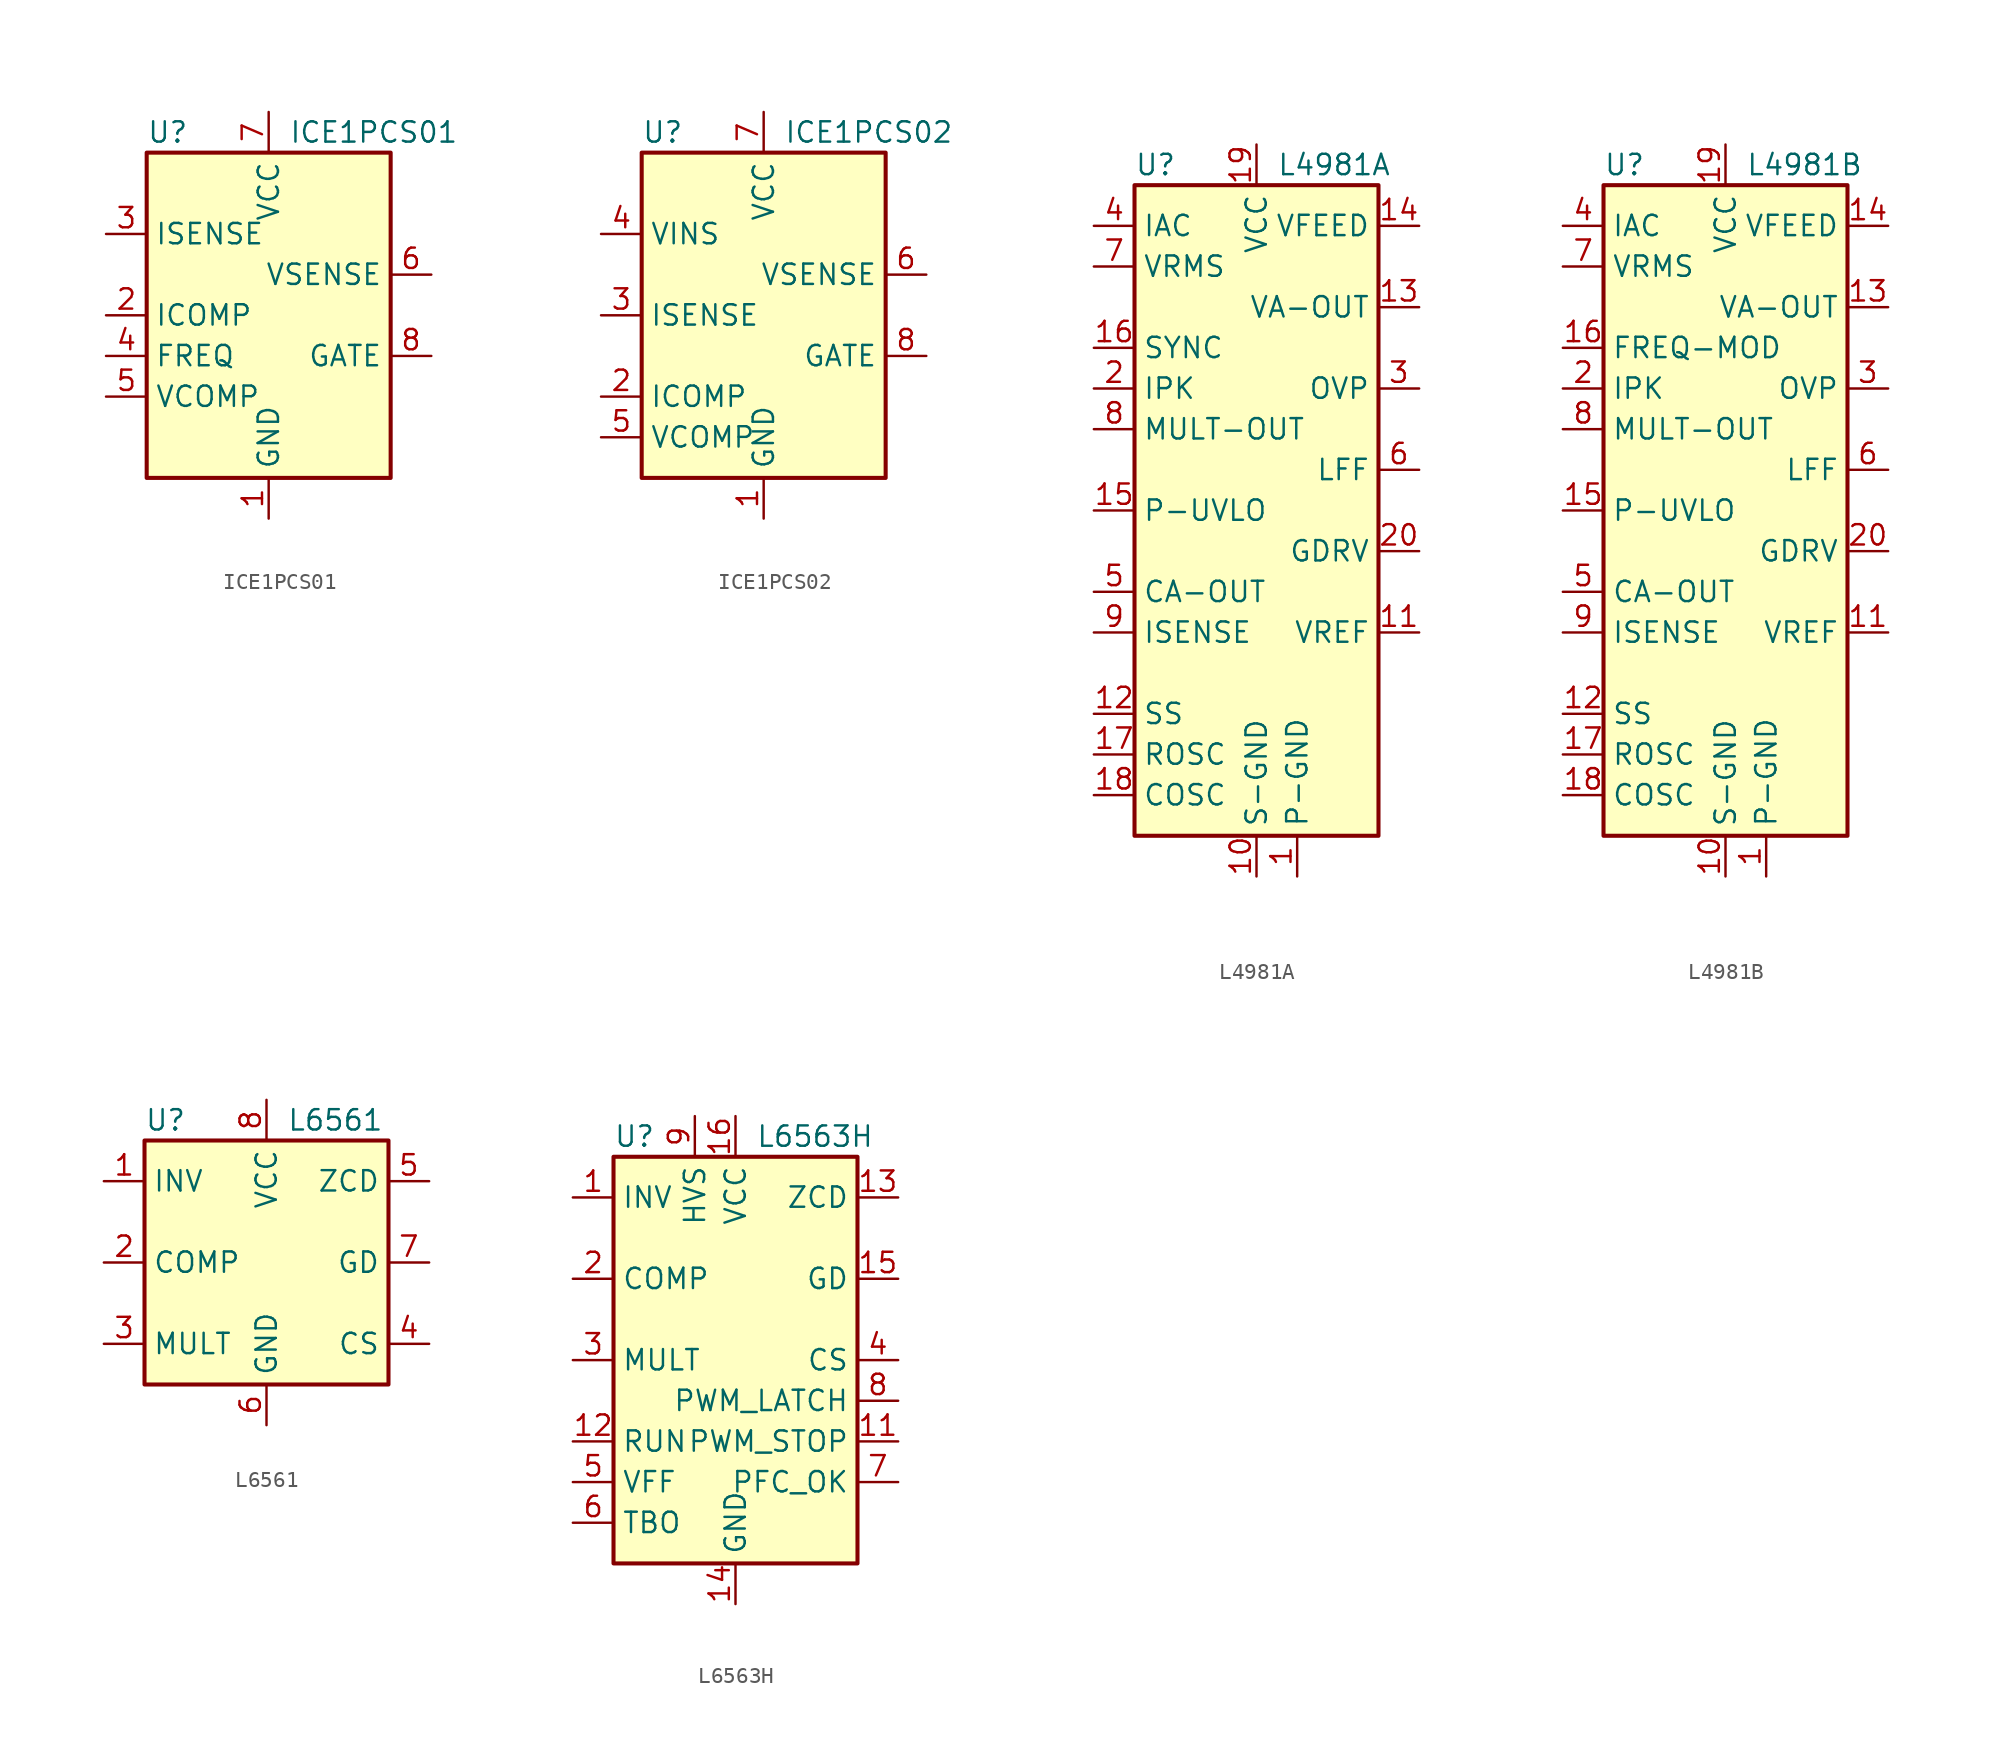
<source format=kicad_sym>
(kicad_symbol_lib
  (version 20200908)
  (generator kicad_symbol_editor)
  (symbol "Regulator_Controller:ICE1PCS01"
    (property "Reference" "U"
      (at -7.62 11.43 0)
      (effects (font (size 1.27 1.27)) (justify left)))
    (property "Value" "ICE1PCS01"
      (at 1.27 11.43 0)
      (effects (font (size 1.27 1.27)) (justify left)))
    (symbol "ICE1PCS01_0_0"
      (rectangle (start -7.62 10.16) (end 7.62 -10.16) (stroke (width 0.254)) (fill (type background))))
    (symbol "ICE1PCS01_1_1"
      (pin power_in line (at 0 -12.7 90) (length 2.54) (name "GND" (effects (font (size 1.27 1.27)))) (number "1" (effects (font (size 1.27 1.27)))))
      (pin passive line (at -10.16 0 0) (length 2.54) (name "ICOMP" (effects (font (size 1.27 1.27)))) (number "2" (effects (font (size 1.27 1.27)))))
      (pin input line (at -10.16 5.08 0) (length 2.54) (name "ISENSE" (effects (font (size 1.27 1.27)))) (number "3" (effects (font (size 1.27 1.27)))))
      (pin passive line (at -10.16 -2.54 0) (length 2.54) (name "FREQ" (effects (font (size 1.27 1.27)))) (number "4" (effects (font (size 1.27 1.27)))))
      (pin passive line (at -10.16 -5.08 0) (length 2.54) (name "VCOMP" (effects (font (size 1.27 1.27)))) (number "5" (effects (font (size 1.27 1.27)))))
      (pin input line (at 10.16 2.54 180) (length 2.54) (name "VSENSE" (effects (font (size 1.27 1.27)))) (number "6" (effects (font (size 1.27 1.27)))))
      (pin power_in line (at 0 12.7 270) (length 2.54) (name "VCC" (effects (font (size 1.27 1.27)))) (number "7" (effects (font (size 1.27 1.27)))))
      (pin output line (at 10.16 -2.54 180) (length 2.54) (name "GATE" (effects (font (size 1.27 1.27)))) (number "8" (effects (font (size 1.27 1.27)))))))
  (symbol "Regulator_Controller:ICE1PCS02"
    (property "Reference" "U"
      (at -7.62 11.43 0)
      (effects (font (size 1.27 1.27)) (justify left)))
    (property "Value" "ICE1PCS02"
      (at 1.27 11.43 0)
      (effects (font (size 1.27 1.27)) (justify left)))
    (symbol "ICE1PCS02_0_0"
      (rectangle (start -7.62 10.16) (end 7.62 -10.16) (stroke (width 0.254)) (fill (type background))))
    (symbol "ICE1PCS02_1_1"
      (pin power_in line (at 0 -12.7 90) (length 2.54) (name "GND" (effects (font (size 1.27 1.27)))) (number "1" (effects (font (size 1.27 1.27)))))
      (pin passive line (at -10.16 -5.08 0) (length 2.54) (name "ICOMP" (effects (font (size 1.27 1.27)))) (number "2" (effects (font (size 1.27 1.27)))))
      (pin input line (at -10.16 0 0) (length 2.54) (name "ISENSE" (effects (font (size 1.27 1.27)))) (number "3" (effects (font (size 1.27 1.27)))))
      (pin input line (at -10.16 5.08 0) (length 2.54) (name "VINS" (effects (font (size 1.27 1.27)))) (number "4" (effects (font (size 1.27 1.27)))))
      (pin passive line (at -10.16 -7.62 0) (length 2.54) (name "VCOMP" (effects (font (size 1.27 1.27)))) (number "5" (effects (font (size 1.27 1.27)))))
      (pin input line (at 10.16 2.54 180) (length 2.54) (name "VSENSE" (effects (font (size 1.27 1.27)))) (number "6" (effects (font (size 1.27 1.27)))))
      (pin power_in line (at 0 12.7 270) (length 2.54) (name "VCC" (effects (font (size 1.27 1.27)))) (number "7" (effects (font (size 1.27 1.27)))))
      (pin output line (at 10.16 -2.54 180) (length 2.54) (name "GATE" (effects (font (size 1.27 1.27)))) (number "8" (effects (font (size 1.27 1.27)))))))
  (symbol "Regulator_Controller:L4981A"
    (property "Reference" "U"
      (at -7.62 21.59 0)
      (effects (font (size 1.27 1.27)) (justify left)))
    (property "Value" "L4981A"
      (at 1.27 21.59 0)
      (effects (font (size 1.27 1.27)) (justify left)))
    (symbol "L4981A_0_0"
      (rectangle (start -7.62 20.32) (end 7.62 -20.32) (stroke (width 0.254)) (fill (type background))))
    (symbol "L4981A_1_1"
      (pin power_in line (at 2.54 -22.86 90) (length 2.54) (name "P-GND" (effects (font (size 1.27 1.27)))) (number "1" (effects (font (size 1.27 1.27)))))
      (pin power_in line (at 0 -22.86 90) (length 2.54) (name "S-GND" (effects (font (size 1.27 1.27)))) (number "10" (effects (font (size 1.27 1.27)))))
      (pin output line (at 10.16 -7.62 180) (length 2.54) (name "VREF" (effects (font (size 1.27 1.27)))) (number "11" (effects (font (size 1.27 1.27)))))
      (pin passive line (at -10.16 -12.7 0) (length 2.54) (name "SS" (effects (font (size 1.27 1.27)))) (number "12" (effects (font (size 1.27 1.27)))))
      (pin output line (at 10.16 12.7 180) (length 2.54) (name "VA-OUT" (effects (font (size 1.27 1.27)))) (number "13" (effects (font (size 1.27 1.27)))))
      (pin input line (at 10.16 17.78 180) (length 2.54) (name "VFEED" (effects (font (size 1.27 1.27)))) (number "14" (effects (font (size 1.27 1.27)))))
      (pin input line (at -10.16 0 0) (length 2.54) (name "P-UVLO" (effects (font (size 1.27 1.27)))) (number "15" (effects (font (size 1.27 1.27)))))
      (pin bidirectional line (at -10.16 10.16 0) (length 2.54) (name "SYNC" (effects (font (size 1.27 1.27)))) (number "16" (effects (font (size 1.27 1.27)))))
      (pin passive line (at -10.16 -15.24 0) (length 2.54) (name "ROSC" (effects (font (size 1.27 1.27)))) (number "17" (effects (font (size 1.27 1.27)))))
      (pin passive line (at -10.16 -17.78 0) (length 2.54) (name "COSC" (effects (font (size 1.27 1.27)))) (number "18" (effects (font (size 1.27 1.27)))))
      (pin power_in line (at 0 22.86 270) (length 2.54) (name "VCC" (effects (font (size 1.27 1.27)))) (number "19" (effects (font (size 1.27 1.27)))))
      (pin input line (at -10.16 7.62 0) (length 2.54) (name "IPK" (effects (font (size 1.27 1.27)))) (number "2" (effects (font (size 1.27 1.27)))))
      (pin output line (at 10.16 -2.54 180) (length 2.54) (name "GDRV" (effects (font (size 1.27 1.27)))) (number "20" (effects (font (size 1.27 1.27)))))
      (pin input line (at 10.16 7.62 180) (length 2.54) (name "OVP" (effects (font (size 1.27 1.27)))) (number "3" (effects (font (size 1.27 1.27)))))
      (pin input line (at -10.16 17.78 0) (length 2.54) (name "IAC" (effects (font (size 1.27 1.27)))) (number "4" (effects (font (size 1.27 1.27)))))
      (pin output line (at -10.16 -5.08 0) (length 2.54) (name "CA-OUT" (effects (font (size 1.27 1.27)))) (number "5" (effects (font (size 1.27 1.27)))))
      (pin input line (at 10.16 2.54 180) (length 2.54) (name "LFF" (effects (font (size 1.27 1.27)))) (number "6" (effects (font (size 1.27 1.27)))))
      (pin input line (at -10.16 15.24 0) (length 2.54) (name "VRMS" (effects (font (size 1.27 1.27)))) (number "7" (effects (font (size 1.27 1.27)))))
      (pin output line (at -10.16 5.08 0) (length 2.54) (name "MULT-OUT" (effects (font (size 1.27 1.27)))) (number "8" (effects (font (size 1.27 1.27)))))
      (pin input line (at -10.16 -7.62 0) (length 2.54) (name "ISENSE" (effects (font (size 1.27 1.27)))) (number "9" (effects (font (size 1.27 1.27)))))))
  (symbol "Regulator_Controller:L4981B"
    (property "Reference" "U"
      (at -7.62 21.59 0)
      (effects (font (size 1.27 1.27)) (justify left)))
    (property "Value" "L4981B"
      (at 1.27 21.59 0)
      (effects (font (size 1.27 1.27)) (justify left)))
    (symbol "L4981B_0_0"
      (rectangle (start -7.62 20.32) (end 7.62 -20.32) (stroke (width 0.254)) (fill (type background))))
    (symbol "L4981B_1_1"
      (pin power_in line (at 2.54 -22.86 90) (length 2.54) (name "P-GND" (effects (font (size 1.27 1.27)))) (number "1" (effects (font (size 1.27 1.27)))))
      (pin power_in line (at 0 -22.86 90) (length 2.54) (name "S-GND" (effects (font (size 1.27 1.27)))) (number "10" (effects (font (size 1.27 1.27)))))
      (pin output line (at 10.16 -7.62 180) (length 2.54) (name "VREF" (effects (font (size 1.27 1.27)))) (number "11" (effects (font (size 1.27 1.27)))))
      (pin passive line (at -10.16 -12.7 0) (length 2.54) (name "SS" (effects (font (size 1.27 1.27)))) (number "12" (effects (font (size 1.27 1.27)))))
      (pin output line (at 10.16 12.7 180) (length 2.54) (name "VA-OUT" (effects (font (size 1.27 1.27)))) (number "13" (effects (font (size 1.27 1.27)))))
      (pin input line (at 10.16 17.78 180) (length 2.54) (name "VFEED" (effects (font (size 1.27 1.27)))) (number "14" (effects (font (size 1.27 1.27)))))
      (pin input line (at -10.16 0 0) (length 2.54) (name "P-UVLO" (effects (font (size 1.27 1.27)))) (number "15" (effects (font (size 1.27 1.27)))))
      (pin input line (at -10.16 10.16 0) (length 2.54) (name "FREQ-MOD" (effects (font (size 1.27 1.27)))) (number "16" (effects (font (size 1.27 1.27)))))
      (pin passive line (at -10.16 -15.24 0) (length 2.54) (name "ROSC" (effects (font (size 1.27 1.27)))) (number "17" (effects (font (size 1.27 1.27)))))
      (pin passive line (at -10.16 -17.78 0) (length 2.54) (name "COSC" (effects (font (size 1.27 1.27)))) (number "18" (effects (font (size 1.27 1.27)))))
      (pin power_in line (at 0 22.86 270) (length 2.54) (name "VCC" (effects (font (size 1.27 1.27)))) (number "19" (effects (font (size 1.27 1.27)))))
      (pin input line (at -10.16 7.62 0) (length 2.54) (name "IPK" (effects (font (size 1.27 1.27)))) (number "2" (effects (font (size 1.27 1.27)))))
      (pin output line (at 10.16 -2.54 180) (length 2.54) (name "GDRV" (effects (font (size 1.27 1.27)))) (number "20" (effects (font (size 1.27 1.27)))))
      (pin input line (at 10.16 7.62 180) (length 2.54) (name "OVP" (effects (font (size 1.27 1.27)))) (number "3" (effects (font (size 1.27 1.27)))))
      (pin input line (at -10.16 17.78 0) (length 2.54) (name "IAC" (effects (font (size 1.27 1.27)))) (number "4" (effects (font (size 1.27 1.27)))))
      (pin output line (at -10.16 -5.08 0) (length 2.54) (name "CA-OUT" (effects (font (size 1.27 1.27)))) (number "5" (effects (font (size 1.27 1.27)))))
      (pin input line (at 10.16 2.54 180) (length 2.54) (name "LFF" (effects (font (size 1.27 1.27)))) (number "6" (effects (font (size 1.27 1.27)))))
      (pin input line (at -10.16 15.24 0) (length 2.54) (name "VRMS" (effects (font (size 1.27 1.27)))) (number "7" (effects (font (size 1.27 1.27)))))
      (pin output line (at -10.16 5.08 0) (length 2.54) (name "MULT-OUT" (effects (font (size 1.27 1.27)))) (number "8" (effects (font (size 1.27 1.27)))))
      (pin input line (at -10.16 -7.62 0) (length 2.54) (name "ISENSE" (effects (font (size 1.27 1.27)))) (number "9" (effects (font (size 1.27 1.27)))))))
  (symbol "Regulator_Controller:L6561"
    (property "Reference" "U"
      (at -7.62 8.89 0)
      (effects (font (size 1.27 1.27)) (justify left)))
    (property "Value" "L6561"
      (at 1.27 8.89 0)
      (effects (font (size 1.27 1.27)) (justify left)))
    (symbol "L6561_0_0"
      (rectangle (start -7.62 7.62) (end 7.62 -7.62) (stroke (width 0.254)) (fill (type background))))
    (symbol "L6561_1_1"
      (pin input line (at -10.16 5.08 0) (length 2.54) (name "INV" (effects (font (size 1.27 1.27)))) (number "1" (effects (font (size 1.27 1.27)))))
      (pin output line (at -10.16 0 0) (length 2.54) (name "COMP" (effects (font (size 1.27 1.27)))) (number "2" (effects (font (size 1.27 1.27)))))
      (pin input line (at -10.16 -5.08 0) (length 2.54) (name "MULT" (effects (font (size 1.27 1.27)))) (number "3" (effects (font (size 1.27 1.27)))))
      (pin input line (at 10.16 -5.08 180) (length 2.54) (name "CS" (effects (font (size 1.27 1.27)))) (number "4" (effects (font (size 1.27 1.27)))))
      (pin input line (at 10.16 5.08 180) (length 2.54) (name "ZCD" (effects (font (size 1.27 1.27)))) (number "5" (effects (font (size 1.27 1.27)))))
      (pin power_in line (at 0 -10.16 90) (length 2.54) (name "GND" (effects (font (size 1.27 1.27)))) (number "6" (effects (font (size 1.27 1.27)))))
      (pin output line (at 10.16 0 180) (length 2.54) (name "GD" (effects (font (size 1.27 1.27)))) (number "7" (effects (font (size 1.27 1.27)))))
      (pin power_in line (at 0 10.16 270) (length 2.54) (name "VCC" (effects (font (size 1.27 1.27)))) (number "8" (effects (font (size 1.27 1.27)))))))
  (symbol "Regulator_Controller:L6563H"
    (property "Reference" "U"
      (at -7.62 13.97 0)
      (effects (font (size 1.27 1.27)) (justify left)))
    (property "Value" "L6563H"
      (at 1.27 13.97 0)
      (effects (font (size 1.27 1.27)) (justify left)))
    (symbol "L6563H_0_0"
      (rectangle (start -7.62 12.7) (end 7.62 -12.7) (stroke (width 0.254)) (fill (type background))))
    (symbol "L6563H_1_1"
      (pin input line (at -10.16 10.16 0) (length 2.54) (name "INV" (effects (font (size 1.27 1.27)))) (number "1" (effects (font (size 1.27 1.27)))))
      (pin unconnected line (at -7.62 7.62 0) (length 2.54) hide (name "NC" (effects (font (size 1.27 1.27)))) (number "10" (effects (font (size 1.27 1.27)))))
      (pin output line (at 10.16 -5.08 180) (length 2.54) (name "PWM_STOP" (effects (font (size 1.27 1.27)))) (number "11" (effects (font (size 1.27 1.27)))))
      (pin input line (at -10.16 -5.08 0) (length 2.54) (name "RUN" (effects (font (size 1.27 1.27)))) (number "12" (effects (font (size 1.27 1.27)))))
      (pin input line (at 10.16 10.16 180) (length 2.54) (name "ZCD" (effects (font (size 1.27 1.27)))) (number "13" (effects (font (size 1.27 1.27)))))
      (pin power_in line (at 0 -15.24 90) (length 2.54) (name "GND" (effects (font (size 1.27 1.27)))) (number "14" (effects (font (size 1.27 1.27)))))
      (pin output line (at 10.16 5.08 180) (length 2.54) (name "GD" (effects (font (size 1.27 1.27)))) (number "15" (effects (font (size 1.27 1.27)))))
      (pin power_in line (at 0 15.24 270) (length 2.54) (name "VCC" (effects (font (size 1.27 1.27)))) (number "16" (effects (font (size 1.27 1.27)))))
      (pin output line (at -10.16 5.08 0) (length 2.54) (name "COMP" (effects (font (size 1.27 1.27)))) (number "2" (effects (font (size 1.27 1.27)))))
      (pin input line (at -10.16 0 0) (length 2.54) (name "MULT" (effects (font (size 1.27 1.27)))) (number "3" (effects (font (size 1.27 1.27)))))
      (pin input line (at 10.16 0 180) (length 2.54) (name "CS" (effects (font (size 1.27 1.27)))) (number "4" (effects (font (size 1.27 1.27)))))
      (pin passive line (at -10.16 -7.62 0) (length 2.54) (name "VFF" (effects (font (size 1.27 1.27)))) (number "5" (effects (font (size 1.27 1.27)))))
      (pin passive line (at -10.16 -10.16 0) (length 2.54) (name "TBO" (effects (font (size 1.27 1.27)))) (number "6" (effects (font (size 1.27 1.27)))))
      (pin input line (at 10.16 -7.62 180) (length 2.54) (name "PFC_OK" (effects (font (size 1.27 1.27)))) (number "7" (effects (font (size 1.27 1.27)))))
      (pin output line (at 10.16 -2.54 180) (length 2.54) (name "PWM_LATCH" (effects (font (size 1.27 1.27)))) (number "8" (effects (font (size 1.27 1.27)))))
      (pin input line (at -2.54 15.24 270) (length 2.54) (name "HVS" (effects (font (size 1.27 1.27)))) (number "9" (effects (font (size 1.27 1.27))))))))
</source>
